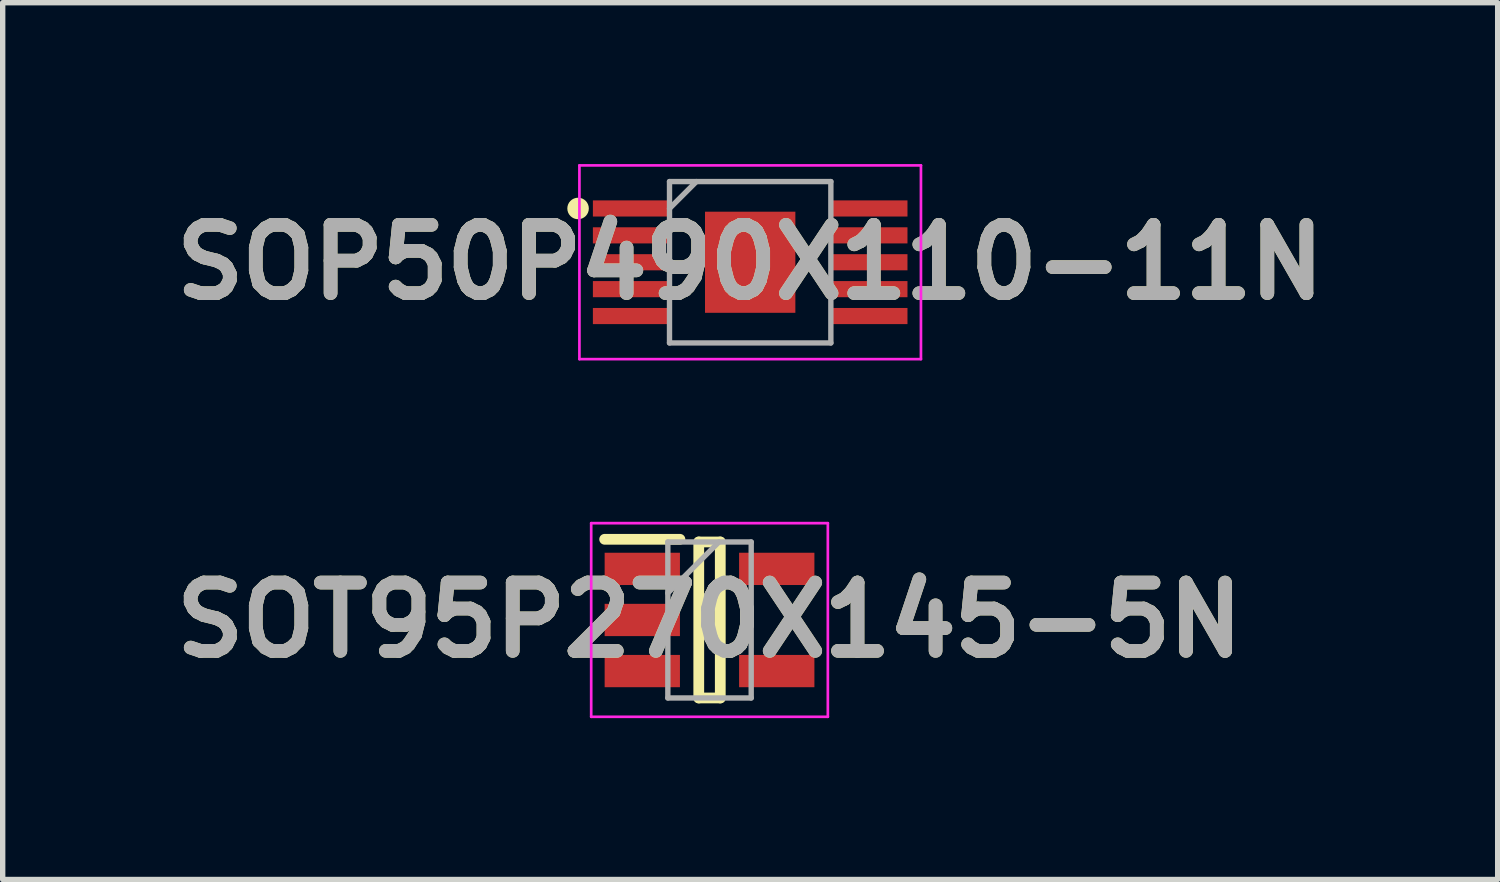
<source format=kicad_pcb>
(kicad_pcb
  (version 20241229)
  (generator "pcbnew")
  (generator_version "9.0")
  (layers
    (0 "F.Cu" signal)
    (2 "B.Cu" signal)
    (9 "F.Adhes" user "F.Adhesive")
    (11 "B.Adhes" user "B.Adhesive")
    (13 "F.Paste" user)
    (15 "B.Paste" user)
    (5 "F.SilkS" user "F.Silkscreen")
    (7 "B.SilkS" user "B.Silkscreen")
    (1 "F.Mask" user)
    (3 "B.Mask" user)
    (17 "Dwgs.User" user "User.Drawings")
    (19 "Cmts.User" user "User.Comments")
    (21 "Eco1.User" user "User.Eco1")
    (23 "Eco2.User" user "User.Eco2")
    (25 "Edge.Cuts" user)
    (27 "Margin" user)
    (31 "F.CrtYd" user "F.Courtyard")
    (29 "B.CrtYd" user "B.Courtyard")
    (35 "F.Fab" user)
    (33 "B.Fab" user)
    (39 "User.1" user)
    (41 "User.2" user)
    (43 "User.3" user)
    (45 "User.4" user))
  (footprint "SOT95P270X145-5N"
    (layer "F.Cu")
    (at 10.142 8.477)
    (property "Reference" "SOT95P270X145-5N" (at 0 0 0) (layer "F.SilkS") (effects (font (size 1.27 1.27) (thickness 0.254))))
    (attr smd)
    (fp_line (start -1.95 -1.5) (end -0.55 -1.5) (stroke (width 0.2) (type solid)) (layer "F.SilkS"))
    (fp_line (start -0.2 -1.45) (end 0.2 -1.45) (stroke (width 0.2) (type solid)) (layer "F.SilkS"))
    (fp_line (start -0.2 1.45) (end -0.2 -1.45) (stroke (width 0.2) (type solid)) (layer "F.SilkS"))
    (fp_line (start 0.2 -1.45) (end 0.2 1.45) (stroke (width 0.2) (type solid)) (layer "F.SilkS"))
    (fp_line (start 0.2 1.45) (end -0.2 1.45) (stroke (width 0.2) (type solid)) (layer "F.SilkS"))
    (fp_line (start -2.2 -1.8) (end 2.2 -1.8) (stroke (width 0.05) (type solid)) (layer "F.CrtYd"))
    (fp_line (start -2.2 1.8) (end -2.2 -1.8) (stroke (width 0.05) (type solid)) (layer "F.CrtYd"))
    (fp_line (start 2.2 -1.8) (end 2.2 1.8) (stroke (width 0.05) (type solid)) (layer "F.CrtYd"))
    (fp_line (start 2.2 1.8) (end -2.2 1.8) (stroke (width 0.05) (type solid)) (layer "F.CrtYd"))
    (fp_line (start -0.775 -1.45) (end 0.775 -1.45) (stroke (width 0.1) (type solid)) (layer "F.Fab"))
    (fp_line (start -0.775 -0.5) (end 0.175 -1.45) (stroke (width 0.1) (type solid)) (layer "F.Fab"))
    (fp_line (start -0.775 1.45) (end -0.775 -1.45) (stroke (width 0.1) (type solid)) (layer "F.Fab"))
    (fp_line (start 0.775 -1.45) (end 0.775 1.45) (stroke (width 0.1) (type solid)) (layer "F.Fab"))
    (fp_line (start 0.775 1.45) (end -0.775 1.45) (stroke (width 0.1) (type solid)) (layer "F.Fab"))
    (fp_text user "${REFERENCE}" (at 0 0 0) (layer "F.Fab") (effects (font (size 1.27 1.27) (thickness 0.254))))
    (pad "1" smd rect (at -1.25 -0.95 90) (size 0.6 1.4) (layers "F.Cu" "F.Mask" "F.Paste"))
    (pad "2" smd rect (at -1.25 0 90) (size 0.6 1.4) (layers "F.Cu" "F.Mask" "F.Paste"))
    (pad "3" smd rect (at -1.25 0.95 90) (size 0.6 1.4) (layers "F.Cu" "F.Mask" "F.Paste"))
    (pad "4" smd rect (at 1.25 0.95 90) (size 0.6 1.4) (layers "F.Cu" "F.Mask" "F.Paste"))
    (pad "5" smd rect (at 1.25 -0.95 90) (size 0.6 1.4) (layers "F.Cu" "F.Mask" "F.Paste")))
  (footprint "SOP50P490X110-11N"
    (layer "F.Cu")
    (at 10.898 1.826)
    (property "Reference" "SOP50P490X110-11N" (at 0 0 0) (layer "F.SilkS") (effects (font (size 1.27 1.27) (thickness 0.254))))
    (attr smd)
    (fp_circle (center -3.2 -1) (end -3.1 -1) (stroke (width 0.2) (type solid)) (fill no) (layer "F.SilkS"))
    (fp_line (start -3.175 -1.801) (end 3.175 -1.801) (stroke (width 0.05) (type solid)) (layer "F.CrtYd"))
    (fp_line (start -3.175 1.801) (end -3.175 -1.801) (stroke (width 0.05) (type solid)) (layer "F.CrtYd"))
    (fp_line (start 3.175 -1.801) (end 3.175 1.801) (stroke (width 0.05) (type solid)) (layer "F.CrtYd"))
    (fp_line (start 3.175 1.801) (end -3.175 1.801) (stroke (width 0.05) (type solid)) (layer "F.CrtYd"))
    (fp_line (start -1.5 -1.5) (end 1.5 -1.5) (stroke (width 0.1) (type solid)) (layer "F.Fab"))
    (fp_line (start -1.5 -1) (end -1 -1.5) (stroke (width 0.1) (type solid)) (layer "F.Fab"))
    (fp_line (start -1.5 1.5) (end -1.5 -1.5) (stroke (width 0.1) (type solid)) (layer "F.Fab"))
    (fp_line (start 1.5 -1.5) (end 1.5 1.5) (stroke (width 0.1) (type solid)) (layer "F.Fab"))
    (fp_line (start 1.5 1.5) (end -1.5 1.5) (stroke (width 0.1) (type solid)) (layer "F.Fab"))
    (fp_text user "${REFERENCE}" (at 0 0 0) (layer "F.Fab") (effects (font (size 1.27 1.27) (thickness 0.254))))
    (pad "1" smd rect (at -2.212 -1 90) (size 0.3 1.425) (layers "F.Cu" "F.Mask" "F.Paste"))
    (pad "2" smd rect (at -2.212 -0.5 90) (size 0.3 1.425) (layers "F.Cu" "F.Mask" "F.Paste"))
    (pad "3" smd rect (at -2.212 0 90) (size 0.3 1.425) (layers "F.Cu" "F.Mask" "F.Paste"))
    (pad "4" smd rect (at -2.212 0.5 90) (size 0.3 1.425) (layers "F.Cu" "F.Mask" "F.Paste"))
    (pad "5" smd rect (at -2.212 1 90) (size 0.3 1.425) (layers "F.Cu" "F.Mask" "F.Paste"))
    (pad "6" smd rect (at 2.212 1 90) (size 0.3 1.425) (layers "F.Cu" "F.Mask" "F.Paste"))
    (pad "7" smd rect (at 2.212 0.5 90) (size 0.3 1.425) (layers "F.Cu" "F.Mask" "F.Paste"))
    (pad "8" smd rect (at 2.212 0 90) (size 0.3 1.425) (layers "F.Cu" "F.Mask" "F.Paste"))
    (pad "9" smd rect (at 2.212 -0.5 90) (size 0.3 1.425) (layers "F.Cu" "F.Mask" "F.Paste"))
    (pad "10" smd rect (at 2.212 -1 90) (size 0.3 1.425) (layers "F.Cu" "F.Mask" "F.Paste"))
    (pad "11" smd rect (at 0 0) (size 1.68 1.88) (layers "F.Cu" "F.Mask" "F.Paste")))
  (gr_rect
    (start -3 -3)
    (end 24.796 13.302)
    (stroke (width 0.1) (type default))
    (fill no)
    (layer "Edge.Cuts")))
</source>
